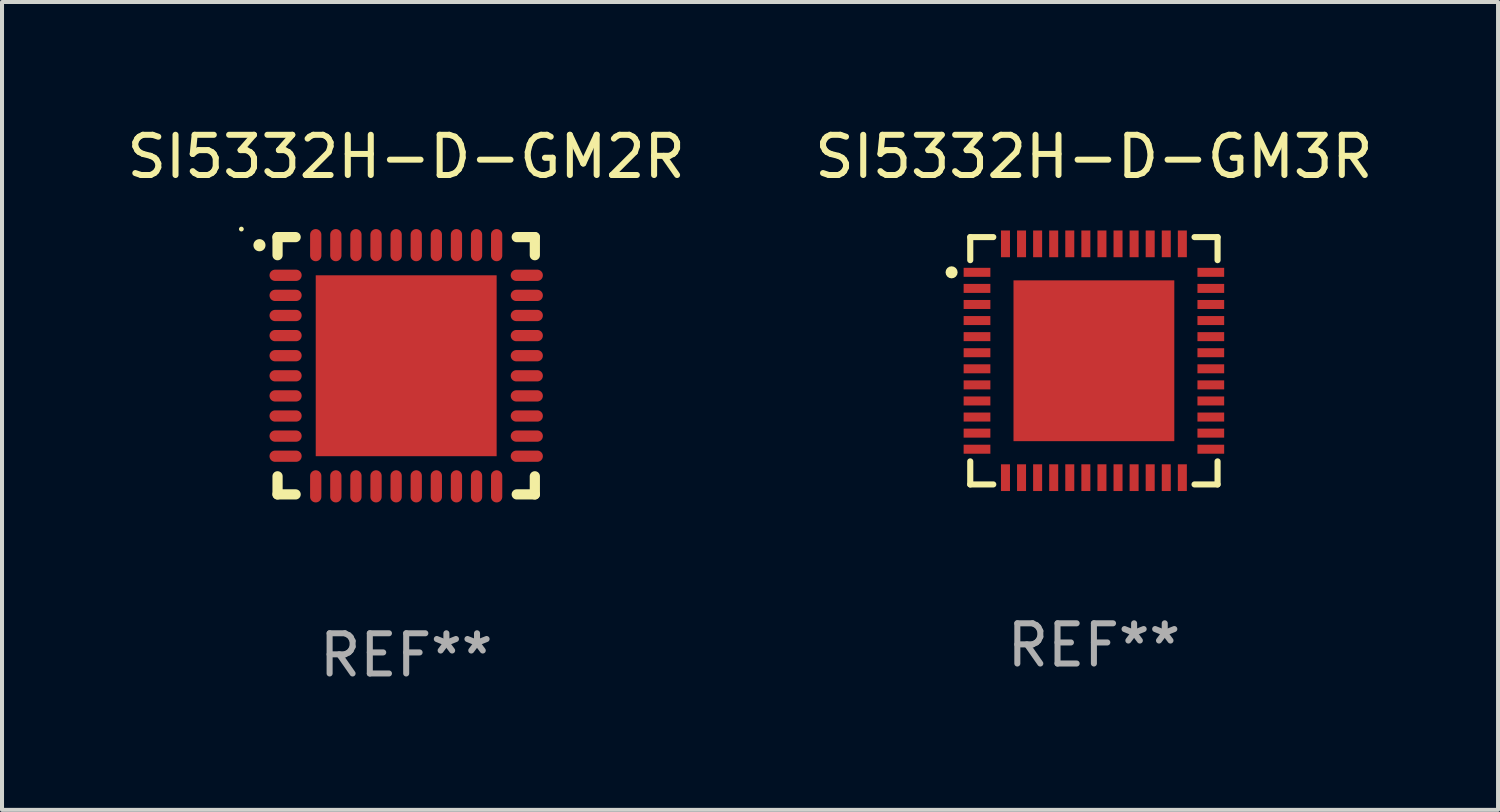
<source format=kicad_pcb>
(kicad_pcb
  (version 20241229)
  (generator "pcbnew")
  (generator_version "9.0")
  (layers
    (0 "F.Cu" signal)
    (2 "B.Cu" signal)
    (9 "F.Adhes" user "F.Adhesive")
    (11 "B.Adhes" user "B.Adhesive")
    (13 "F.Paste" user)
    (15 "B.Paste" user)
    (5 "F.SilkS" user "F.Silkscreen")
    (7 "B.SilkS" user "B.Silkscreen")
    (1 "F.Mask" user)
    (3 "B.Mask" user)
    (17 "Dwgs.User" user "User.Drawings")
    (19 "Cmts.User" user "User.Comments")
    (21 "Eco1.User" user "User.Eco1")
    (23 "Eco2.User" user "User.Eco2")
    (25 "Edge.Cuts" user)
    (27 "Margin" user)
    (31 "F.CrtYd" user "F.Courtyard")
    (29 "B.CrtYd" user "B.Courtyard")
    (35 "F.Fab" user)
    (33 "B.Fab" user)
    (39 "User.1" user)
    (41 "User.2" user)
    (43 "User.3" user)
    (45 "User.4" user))
  (footprint "SI5332H-D-GM2R"
    (layer "F.Cu")
    (at 7.054 6.048)
    (property "Reference" "SI5332H-D-GM2R" (at 0 -5.2 0) (layer "F.SilkS") (effects (font (size 1 1) (thickness 0.15))))
    (attr through_hole)
    (fp_line (start -3.2 -3.2) (end -2.75 -3.2) (stroke (width 0.254) (type solid)) (layer "F.SilkS"))
    (fp_line (start -3.2 -2.75) (end -3.2 -3.2) (stroke (width 0.254) (type solid)) (layer "F.SilkS"))
    (fp_line (start -3.2 3.2) (end -3.2 2.75) (stroke (width 0.254) (type solid)) (layer "F.SilkS"))
    (fp_line (start -2.75 3.2) (end -3.2 3.2) (stroke (width 0.254) (type solid)) (layer "F.SilkS"))
    (fp_line (start 2.75 3.2) (end 3.2 3.2) (stroke (width 0.254) (type solid)) (layer "F.SilkS"))
    (fp_line (start 3.2 -3.2) (end 2.75 -3.2) (stroke (width 0.254) (type solid)) (layer "F.SilkS"))
    (fp_line (start 3.2 -2.75) (end 3.2 -3.2) (stroke (width 0.254) (type solid)) (layer "F.SilkS"))
    (fp_line (start 3.2 3.2) (end 3.2 2.75) (stroke (width 0.254) (type solid)) (layer "F.SilkS"))
    (fp_arc (start -3.649987 -2.997206) (mid -3.649992 -2.998476) (end -3.649987 -2.999746) (stroke (width 0.3) (type solid)) (layer "F.SilkS"))
    (fp_circle (center -4.1 -3.4) (end -4.07 -3.4) (stroke (width 0.06) (type solid)) (fill no) (layer "F.SilkS"))
    (fp_text user "REF**" (at 0 7.2 0) (layer "F.Fab") (effects (font (size 1 1) (thickness 0.15))))
    (pad "1" smd oval (at -3 -2.25 90) (size 0.28 0.8) (layers "F.Cu" "F.Mask" "F.Paste"))
    (pad "2" smd oval (at -3 -1.75 90) (size 0.28 0.8) (layers "F.Cu" "F.Mask" "F.Paste"))
    (pad "3" smd oval (at -3 -1.25 90) (size 0.28 0.8) (layers "F.Cu" "F.Mask" "F.Paste"))
    (pad "4" smd oval (at -3 -0.75 90) (size 0.28 0.8) (layers "F.Cu" "F.Mask" "F.Paste"))
    (pad "5" smd oval (at -3 -0.25 90) (size 0.28 0.8) (layers "F.Cu" "F.Mask" "F.Paste"))
    (pad "6" smd oval (at -3 0.25 90) (size 0.28 0.8) (layers "F.Cu" "F.Mask" "F.Paste"))
    (pad "7" smd oval (at -3 0.75 90) (size 0.28 0.8) (layers "F.Cu" "F.Mask" "F.Paste"))
    (pad "8" smd oval (at -3 1.25 90) (size 0.28 0.8) (layers "F.Cu" "F.Mask" "F.Paste"))
    (pad "9" smd oval (at -3 1.75 90) (size 0.28 0.8) (layers "F.Cu" "F.Mask" "F.Paste"))
    (pad "10" smd oval (at -3 2.25 90) (size 0.28 0.8) (layers "F.Cu" "F.Mask" "F.Paste"))
    (pad "11" smd oval (at -2.25 3) (size 0.28 0.8) (layers "F.Cu" "F.Mask" "F.Paste"))
    (pad "12" smd oval (at -1.75 3) (size 0.28 0.8) (layers "F.Cu" "F.Mask" "F.Paste"))
    (pad "13" smd oval (at -1.25 3) (size 0.28 0.8) (layers "F.Cu" "F.Mask" "F.Paste"))
    (pad "14" smd oval (at -0.75 3) (size 0.28 0.8) (layers "F.Cu" "F.Mask" "F.Paste"))
    (pad "15" smd oval (at -0.25 3) (size 0.28 0.8) (layers "F.Cu" "F.Mask" "F.Paste"))
    (pad "16" smd oval (at 0.25 3) (size 0.28 0.8) (layers "F.Cu" "F.Mask" "F.Paste"))
    (pad "17" smd oval (at 0.75 3) (size 0.28 0.8) (layers "F.Cu" "F.Mask" "F.Paste"))
    (pad "18" smd oval (at 1.25 3) (size 0.28 0.8) (layers "F.Cu" "F.Mask" "F.Paste"))
    (pad "19" smd oval (at 1.75 3) (size 0.28 0.8) (layers "F.Cu" "F.Mask" "F.Paste"))
    (pad "20" smd oval (at 2.25 3) (size 0.28 0.8) (layers "F.Cu" "F.Mask" "F.Paste"))
    (pad "21" smd oval (at 3 2.25 90) (size 0.28 0.8) (layers "F.Cu" "F.Mask" "F.Paste"))
    (pad "22" smd oval (at 3 1.75 90) (size 0.28 0.8) (layers "F.Cu" "F.Mask" "F.Paste"))
    (pad "23" smd oval (at 3 1.25 90) (size 0.28 0.8) (layers "F.Cu" "F.Mask" "F.Paste"))
    (pad "24" smd oval (at 3 0.75 90) (size 0.28 0.8) (layers "F.Cu" "F.Mask" "F.Paste"))
    (pad "25" smd oval (at 3 0.25 90) (size 0.28 0.8) (layers "F.Cu" "F.Mask" "F.Paste"))
    (pad "26" smd oval (at 3 -0.25 90) (size 0.28 0.8) (layers "F.Cu" "F.Mask" "F.Paste"))
    (pad "27" smd oval (at 3 -0.75 90) (size 0.28 0.8) (layers "F.Cu" "F.Mask" "F.Paste"))
    (pad "28" smd oval (at 3 -1.25 90) (size 0.28 0.8) (layers "F.Cu" "F.Mask" "F.Paste"))
    (pad "29" smd oval (at 3 -1.75 90) (size 0.28 0.8) (layers "F.Cu" "F.Mask" "F.Paste"))
    (pad "30" smd oval (at 3 -2.25 90) (size 0.28 0.8) (layers "F.Cu" "F.Mask" "F.Paste"))
    (pad "31" smd oval (at 2.25 -3) (size 0.28 0.8) (layers "F.Cu" "F.Mask" "F.Paste"))
    (pad "32" smd oval (at 1.75 -3) (size 0.28 0.8) (layers "F.Cu" "F.Mask" "F.Paste"))
    (pad "33" smd oval (at 1.25 -3) (size 0.28 0.8) (layers "F.Cu" "F.Mask" "F.Paste"))
    (pad "34" smd oval (at 0.75 -3) (size 0.28 0.8) (layers "F.Cu" "F.Mask" "F.Paste"))
    (pad "35" smd oval (at 0.25 -3) (size 0.28 0.8) (layers "F.Cu" "F.Mask" "F.Paste"))
    (pad "36" smd oval (at -0.25 -3) (size 0.28 0.8) (layers "F.Cu" "F.Mask" "F.Paste"))
    (pad "37" smd oval (at -0.75 -3) (size 0.28 0.8) (layers "F.Cu" "F.Mask" "F.Paste"))
    (pad "38" smd oval (at -1.25 -3) (size 0.28 0.8) (layers "F.Cu" "F.Mask" "F.Paste"))
    (pad "39" smd oval (at -1.75 -3) (size 0.28 0.8) (layers "F.Cu" "F.Mask" "F.Paste"))
    (pad "40" smd oval (at -2.25 -3) (size 0.28 0.8) (layers "F.Cu" "F.Mask" "F.Paste"))
    (pad "41" smd rect (at 0 0) (size 4.5 4.5) (layers "F.Cu" "F.Mask" "F.Paste")))
  (footprint "SI5332H-D-GM3R"
    (layer "F.Cu")
    (at 24.161 5.924)
    (property "Reference" "SI5332H-D-GM3R" (at 0 -5.076 0) (layer "F.SilkS") (effects (font (size 1 1) (thickness 0.15))))
    (attr through_hole)
    (fp_line (start -3.076 -3.076) (end -3.076 -2.503) (stroke (width 0.152) (type solid)) (layer "F.SilkS"))
    (fp_line (start -3.076 3.076) (end -3.076 2.503) (stroke (width 0.152) (type solid)) (layer "F.SilkS"))
    (fp_line (start -2.503 -3.076) (end -3.076 -3.076) (stroke (width 0.152) (type solid)) (layer "F.SilkS"))
    (fp_line (start -2.503 3.076) (end -3.076 3.076) (stroke (width 0.152) (type solid)) (layer "F.SilkS"))
    (fp_line (start 2.503 -3.076) (end 3.076 -3.076) (stroke (width 0.152) (type solid)) (layer "F.SilkS"))
    (fp_line (start 2.503 3.076) (end 3.076 3.076) (stroke (width 0.152) (type solid)) (layer "F.SilkS"))
    (fp_line (start 3.076 -3.076) (end 3.076 -2.503) (stroke (width 0.152) (type solid)) (layer "F.SilkS"))
    (fp_line (start 3.076 3.076) (end 3.076 2.503) (stroke (width 0.152) (type solid)) (layer "F.SilkS"))
    (fp_circle (center -3.54 -2.2) (end -3.465 -2.2) (stroke (width 0.15) (type solid)) (fill no) (layer "F.SilkS"))
    (fp_text user "REF**" (at 0 7.076 0) (layer "F.Fab") (effects (font (size 1 1) (thickness 0.15))))
    (pad "1" smd rect (at -2.908 -2.2) (size 0.665 0.224) (layers "F.Cu" "F.Mask" "F.Paste"))
    (pad "2" smd rect (at -2.908 -1.8) (size 0.665 0.224) (layers "F.Cu" "F.Mask" "F.Paste"))
    (pad "3" smd rect (at -2.908 -1.4) (size 0.665 0.224) (layers "F.Cu" "F.Mask" "F.Paste"))
    (pad "4" smd rect (at -2.908 -1) (size 0.665 0.224) (layers "F.Cu" "F.Mask" "F.Paste"))
    (pad "5" smd rect (at -2.908 -0.6) (size 0.665 0.224) (layers "F.Cu" "F.Mask" "F.Paste"))
    (pad "6" smd rect (at -2.908 -0.2) (size 0.665 0.224) (layers "F.Cu" "F.Mask" "F.Paste"))
    (pad "7" smd rect (at -2.908 0.2) (size 0.665 0.224) (layers "F.Cu" "F.Mask" "F.Paste"))
    (pad "8" smd rect (at -2.908 0.6) (size 0.665 0.224) (layers "F.Cu" "F.Mask" "F.Paste"))
    (pad "9" smd rect (at -2.908 1) (size 0.665 0.224) (layers "F.Cu" "F.Mask" "F.Paste"))
    (pad "10" smd rect (at -2.908 1.4) (size 0.665 0.224) (layers "F.Cu" "F.Mask" "F.Paste"))
    (pad "11" smd rect (at -2.908 1.8) (size 0.665 0.224) (layers "F.Cu" "F.Mask" "F.Paste"))
    (pad "12" smd rect (at -2.908 2.2) (size 0.665 0.224) (layers "F.Cu" "F.Mask" "F.Paste"))
    (pad "13" smd rect (at -2.2 2.908) (size 0.224 0.665) (layers "F.Cu" "F.Mask" "F.Paste"))
    (pad "14" smd rect (at -1.8 2.908) (size 0.224 0.665) (layers "F.Cu" "F.Mask" "F.Paste"))
    (pad "15" smd rect (at -1.4 2.908) (size 0.224 0.665) (layers "F.Cu" "F.Mask" "F.Paste"))
    (pad "16" smd rect (at -1 2.908) (size 0.224 0.665) (layers "F.Cu" "F.Mask" "F.Paste"))
    (pad "17" smd rect (at -0.6 2.908) (size 0.224 0.665) (layers "F.Cu" "F.Mask" "F.Paste"))
    (pad "18" smd rect (at -0.2 2.908) (size 0.224 0.665) (layers "F.Cu" "F.Mask" "F.Paste"))
    (pad "19" smd rect (at 0.2 2.908) (size 0.224 0.665) (layers "F.Cu" "F.Mask" "F.Paste"))
    (pad "20" smd rect (at 0.6 2.908) (size 0.224 0.665) (layers "F.Cu" "F.Mask" "F.Paste"))
    (pad "21" smd rect (at 1 2.908) (size 0.224 0.665) (layers "F.Cu" "F.Mask" "F.Paste"))
    (pad "22" smd rect (at 1.4 2.908) (size 0.224 0.665) (layers "F.Cu" "F.Mask" "F.Paste"))
    (pad "23" smd rect (at 1.8 2.908) (size 0.224 0.665) (layers "F.Cu" "F.Mask" "F.Paste"))
    (pad "24" smd rect (at 2.2 2.908) (size 0.224 0.665) (layers "F.Cu" "F.Mask" "F.Paste"))
    (pad "25" smd rect (at 2.908 2.2) (size 0.665 0.224) (layers "F.Cu" "F.Mask" "F.Paste"))
    (pad "26" smd rect (at 2.908 1.8) (size 0.665 0.224) (layers "F.Cu" "F.Mask" "F.Paste"))
    (pad "27" smd rect (at 2.908 1.4) (size 0.665 0.224) (layers "F.Cu" "F.Mask" "F.Paste"))
    (pad "28" smd rect (at 2.908 1) (size 0.665 0.224) (layers "F.Cu" "F.Mask" "F.Paste"))
    (pad "29" smd rect (at 2.908 0.6) (size 0.665 0.224) (layers "F.Cu" "F.Mask" "F.Paste"))
    (pad "30" smd rect (at 2.908 0.2) (size 0.665 0.224) (layers "F.Cu" "F.Mask" "F.Paste"))
    (pad "31" smd rect (at 2.908 -0.2) (size 0.665 0.224) (layers "F.Cu" "F.Mask" "F.Paste"))
    (pad "32" smd rect (at 2.908 -0.6) (size 0.665 0.224) (layers "F.Cu" "F.Mask" "F.Paste"))
    (pad "33" smd rect (at 2.908 -1) (size 0.665 0.224) (layers "F.Cu" "F.Mask" "F.Paste"))
    (pad "34" smd rect (at 2.908 -1.4) (size 0.665 0.224) (layers "F.Cu" "F.Mask" "F.Paste"))
    (pad "35" smd rect (at 2.908 -1.8) (size 0.665 0.224) (layers "F.Cu" "F.Mask" "F.Paste"))
    (pad "36" smd rect (at 2.908 -2.2) (size 0.665 0.224) (layers "F.Cu" "F.Mask" "F.Paste"))
    (pad "37" smd rect (at 2.2 -2.908) (size 0.224 0.665) (layers "F.Cu" "F.Mask" "F.Paste"))
    (pad "38" smd rect (at 1.8 -2.908) (size 0.224 0.665) (layers "F.Cu" "F.Mask" "F.Paste"))
    (pad "39" smd rect (at 1.4 -2.908) (size 0.224 0.665) (layers "F.Cu" "F.Mask" "F.Paste"))
    (pad "40" smd rect (at 1 -2.908) (size 0.224 0.665) (layers "F.Cu" "F.Mask" "F.Paste"))
    (pad "41" smd rect (at 0.6 -2.908) (size 0.224 0.665) (layers "F.Cu" "F.Mask" "F.Paste"))
    (pad "42" smd rect (at 0.2 -2.908) (size 0.224 0.665) (layers "F.Cu" "F.Mask" "F.Paste"))
    (pad "43" smd rect (at -0.2 -2.908) (size 0.224 0.665) (layers "F.Cu" "F.Mask" "F.Paste"))
    (pad "44" smd rect (at -0.6 -2.908) (size 0.224 0.665) (layers "F.Cu" "F.Mask" "F.Paste"))
    (pad "45" smd rect (at -1 -2.908) (size 0.224 0.665) (layers "F.Cu" "F.Mask" "F.Paste"))
    (pad "46" smd rect (at -1.4 -2.908) (size 0.224 0.665) (layers "F.Cu" "F.Mask" "F.Paste"))
    (pad "47" smd rect (at -1.8 -2.908) (size 0.224 0.665) (layers "F.Cu" "F.Mask" "F.Paste"))
    (pad "48" smd rect (at -2.2 -2.908) (size 0.224 0.665) (layers "F.Cu" "F.Mask" "F.Paste"))
    (pad "49" smd rect (at 0 0) (size 4 4) (layers "F.Cu" "F.Mask" "F.Paste")))
  (gr_rect
    (start -3 -3)
    (end 34.214 17.096)
    (stroke (width 0.1) (type default))
    (fill no)
    (layer "Edge.Cuts")))
</source>
